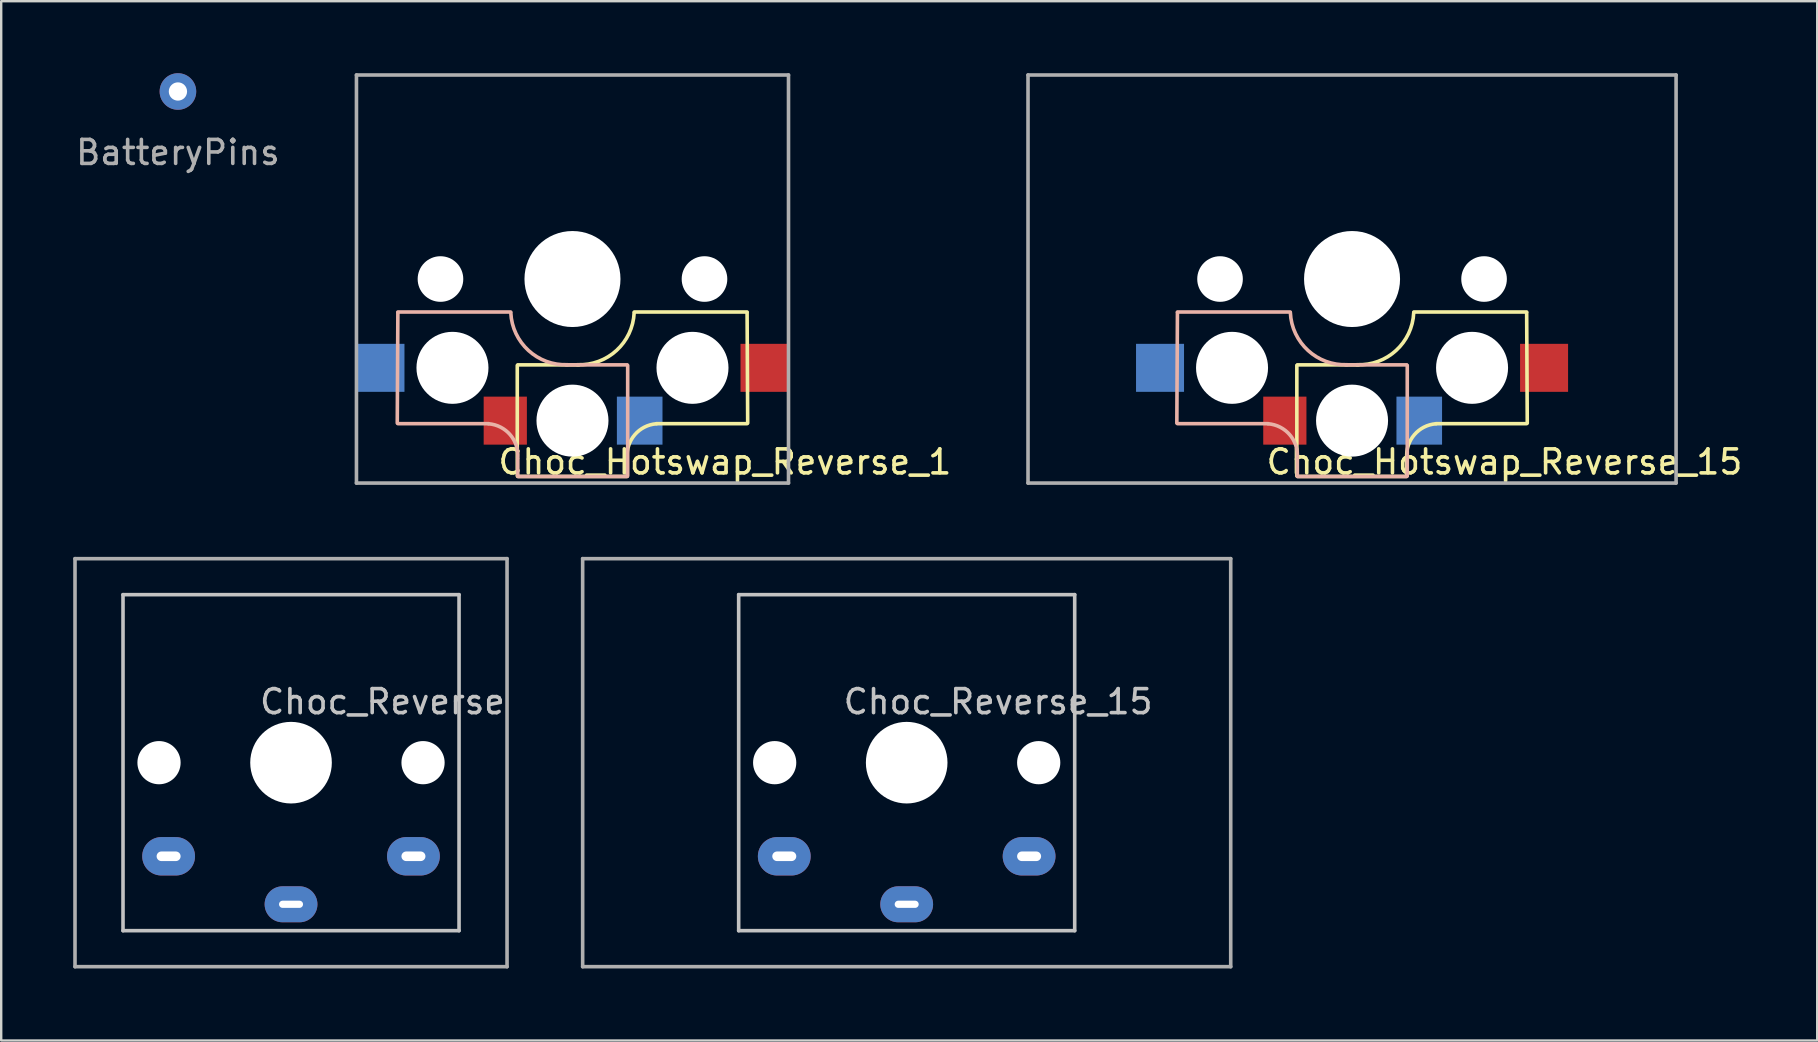
<source format=kicad_pcb>
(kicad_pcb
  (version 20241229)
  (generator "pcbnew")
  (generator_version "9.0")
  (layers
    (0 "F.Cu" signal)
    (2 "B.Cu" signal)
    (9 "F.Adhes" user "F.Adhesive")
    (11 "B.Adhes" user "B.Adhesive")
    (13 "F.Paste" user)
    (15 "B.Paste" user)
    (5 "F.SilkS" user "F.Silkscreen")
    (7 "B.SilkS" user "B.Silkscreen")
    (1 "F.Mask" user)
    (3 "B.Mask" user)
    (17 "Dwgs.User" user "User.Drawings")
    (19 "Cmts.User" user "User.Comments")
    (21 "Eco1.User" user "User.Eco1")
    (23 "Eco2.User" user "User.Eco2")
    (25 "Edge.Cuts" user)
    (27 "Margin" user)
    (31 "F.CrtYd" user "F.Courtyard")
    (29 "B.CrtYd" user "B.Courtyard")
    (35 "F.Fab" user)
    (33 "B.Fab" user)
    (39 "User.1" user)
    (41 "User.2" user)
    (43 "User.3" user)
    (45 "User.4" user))
  (footprint "BatteryPins"
    (layer "F.Cu")
    (at 4.363 0.762)
    (property "Reference" "BatteryPins" (at 0 2.54 0) (layer "F.Fab") (effects (font (size 1 1) (thickness 0.15))))
    (attr through_hole)
    (pad "1" thru_hole circle (at 0 0) (size 1.524 1.524) (drill 0.762) (layers "*.Cu" "*.Mask")))
  (footprint "Choc_Reverse"
    (layer "F.Cu")
    (at 9.075 28.725)
    (property "Reference" "Choc_Reverse" (at 3.81 -2.54 180) (layer "Dwgs.User") (effects (font (size 1 1) (thickness 0.15))))
    (attr through_hole)
    (fp_line (start -7 -7) (end 7 -7) (stroke (width 0.15) (type solid)) (layer "Dwgs.User"))
    (fp_line (start -7 7) (end -7 -7) (stroke (width 0.15) (type solid)) (layer "Dwgs.User"))
    (fp_line (start -7 7) (end 7 7) (stroke (width 0.15) (type solid)) (layer "Dwgs.User"))
    (fp_line (start 7 7) (end 7 -7) (stroke (width 0.15) (type solid)) (layer "Dwgs.User"))
    (fp_line (start -9 -8.5) (end -9 8.5) (stroke (width 0.15) (type solid)) (layer "F.Fab"))
    (fp_line (start -9 8.5) (end 9 8.5) (stroke (width 0.15) (type solid)) (layer "F.Fab"))
    (fp_line (start 9 -8.5) (end -9 -8.5) (stroke (width 0.15) (type solid)) (layer "F.Fab"))
    (fp_line (start 9 8.5) (end 9 -8.5) (stroke (width 0.15) (type solid)) (layer "F.Fab"))
    (pad "" np_thru_hole circle (at -5.5 0 90) (size 1.8 1.8) (drill 1.8) (layers "*.Cu" "*.Mask"))
    (pad "" np_thru_hole circle (at 0 0 90) (size 3.4 3.4) (drill 3.4) (layers "*.Cu" "*.Mask"))
    (pad "" np_thru_hole circle (at 5.5 0 90) (size 1.8 1.8) (drill 1.8) (layers "*.Cu" "*.Mask"))
    (pad "1" thru_hole oval (at -5.1 3.9) (size 2.2 1.6) (drill oval 1 0.4) (layers "*.Cu" "*.Mask"))
    (pad "1" thru_hole oval (at 5.1 3.9) (size 2.2 1.6) (drill oval 1 0.4) (layers "*.Cu" "*.Mask"))
    (pad "2" thru_hole oval (at 0 5.9) (size 2.2 1.5) (drill oval 1 0.3) (layers "*.Cu" "*.Mask")))
  (footprint "Choc_Hotswap_Reverse_1"
    (layer "F.Cu")
    (at 20.801 8.575)
    (property "Reference" "Choc_Hotswap_Reverse_1" (at 6.35 7.62 0) (layer "F.SilkS") (effects (font (size 1 1) (thickness 0.15))))
    (attr through_hole)
    (fp_line (start -2.3 3.6) (end -2.3 8.2) (stroke (width 0.15) (type solid)) (layer "F.SilkS"))
    (fp_line (start -2.275 3.575) (end 0.275 3.575) (stroke (width 0.15) (type solid)) (layer "F.SilkS"))
    (fp_line (start -2.275 8.225) (end 2.275 8.225) (stroke (width 0.15) (type solid)) (layer "F.SilkS"))
    (fp_line (start 2.28 7.5) (end 2.28 8.2) (stroke (width 0.15) (type solid)) (layer "F.SilkS"))
    (fp_line (start 2.575 1.375) (end 7.275 1.375) (stroke (width 0.15) (type solid)) (layer "F.SilkS"))
    (fp_line (start 3.5 6.025) (end 7.275 6.025) (stroke (width 0.15) (type solid)) (layer "F.SilkS"))
    (fp_line (start 7.275 1.4) (end 7.3 6) (stroke (width 0.15) (type solid)) (layer "F.SilkS"))
    (fp_arc (start 2.28 7.45) (mid 2.595908 6.48733) (end 3.5 6.03) (stroke (width 0.15) (type solid)) (layer "F.SilkS"))
    (fp_arc (start 2.57 1.4) (mid 1.834422 2.975843) (end 0.2 3.57) (stroke (width 0.15) (type solid)) (layer "F.SilkS"))
    (fp_line (start -7.275 1.4) (end -7.3 6) (stroke (width 0.15) (type solid)) (layer "B.SilkS"))
    (fp_line (start -3.5 6.025) (end -7.275 6.025) (stroke (width 0.15) (type solid)) (layer "B.SilkS"))
    (fp_line (start -2.575 1.375) (end -7.275 1.375) (stroke (width 0.15) (type solid)) (layer "B.SilkS"))
    (fp_line (start -2.28 7.5) (end -2.28 8.2) (stroke (width 0.15) (type solid)) (layer "B.SilkS"))
    (fp_line (start 2.275 3.575) (end -0.275 3.575) (stroke (width 0.15) (type solid)) (layer "B.SilkS"))
    (fp_line (start 2.275 8.225) (end -2.275 8.225) (stroke (width 0.15) (type solid)) (layer "B.SilkS"))
    (fp_line (start 2.3 3.6) (end 2.3 8.2) (stroke (width 0.15) (type solid)) (layer "B.SilkS"))
    (fp_arc (start -3.5 6.03) (mid -2.595908 6.48733) (end -2.28 7.45) (stroke (width 0.15) (type solid)) (layer "B.SilkS"))
    (fp_arc (start -0.2 3.57) (mid -1.834422 2.975843) (end -2.57 1.4) (stroke (width 0.15) (type solid)) (layer "B.SilkS"))
    (fp_line (start -9 -8.5) (end -9 8.5) (stroke (width 0.15) (type solid)) (layer "F.Fab"))
    (fp_line (start -9 8.5) (end 9 8.5) (stroke (width 0.15) (type solid)) (layer "F.Fab"))
    (fp_line (start 9 -8.5) (end -9 -8.5) (stroke (width 0.15) (type solid)) (layer "F.Fab"))
    (fp_line (start 9 8.5) (end 9 -8.5) (stroke (width 0.15) (type solid)) (layer "F.Fab"))
    (pad "" np_thru_hole circle (at -5.5 0 90) (size 1.9 1.9) (drill 1.9) (layers "*.Cu" "*.Mask"))
    (pad "" np_thru_hole circle (at -5 3.7 90) (size 3 3) (drill 3) (layers "*.Cu" "*.Mask"))
    (pad "" np_thru_hole circle (at 0 0 90) (size 4 4) (drill 4) (layers "*.Cu" "*.Mask"))
    (pad "" np_thru_hole circle (at 0 5.9 90) (size 3 3) (drill 3) (layers "*.Cu" "*.Mask"))
    (pad "" np_thru_hole circle (at 5 3.7 270) (size 3 3) (drill 3) (layers "*.Cu" "*.Mask"))
    (pad "" np_thru_hole circle (at 5.5 0 90) (size 1.9 1.9) (drill 1.9) (layers "*.Cu" "*.Mask"))
    (pad "1" smd rect (at -8 3.7 180) (size 2 2) (layers "B.Cu" "B.Mask" "B.Paste"))
    (pad "1" smd rect (at 8 3.7 180) (size 2 2) (layers "F.Cu" "F.Mask" "F.Paste"))
    (pad "2" smd rect (at -2.8 5.9 180) (size 1.8 2) (layers "F.Cu" "F.Mask" "F.Paste"))
    (pad "2" smd rect (at 2.8 5.9 180) (size 1.9 2) (layers "B.Cu" "B.Mask" "B.Paste")))
  (footprint "Choc_Hotswap_Reverse_15"
    (layer "F.Cu")
    (at 53.28 8.575)
    (property "Reference" "Choc_Hotswap_Reverse_15" (at 6.35 7.62 0) (layer "F.SilkS") (effects (font (size 1 1) (thickness 0.15))))
    (attr through_hole)
    (fp_line (start -2.3 3.6) (end -2.3 8.2) (stroke (width 0.15) (type solid)) (layer "F.SilkS"))
    (fp_line (start -2.275 3.575) (end 0.275 3.575) (stroke (width 0.15) (type solid)) (layer "F.SilkS"))
    (fp_line (start -2.275 8.225) (end 2.275 8.225) (stroke (width 0.15) (type solid)) (layer "F.SilkS"))
    (fp_line (start 2.28 7.5) (end 2.28 8.2) (stroke (width 0.15) (type solid)) (layer "F.SilkS"))
    (fp_line (start 2.575 1.375) (end 7.275 1.375) (stroke (width 0.15) (type solid)) (layer "F.SilkS"))
    (fp_line (start 3.5 6.025) (end 7.275 6.025) (stroke (width 0.15) (type solid)) (layer "F.SilkS"))
    (fp_line (start 7.275 1.4) (end 7.3 6) (stroke (width 0.15) (type solid)) (layer "F.SilkS"))
    (fp_arc (start 2.28 7.45) (mid 2.595908 6.48733) (end 3.5 6.03) (stroke (width 0.15) (type solid)) (layer "F.SilkS"))
    (fp_arc (start 2.57 1.4) (mid 1.834422 2.975843) (end 0.2 3.57) (stroke (width 0.15) (type solid)) (layer "F.SilkS"))
    (fp_line (start -7.275 1.4) (end -7.3 6) (stroke (width 0.15) (type solid)) (layer "B.SilkS"))
    (fp_line (start -3.5 6.025) (end -7.275 6.025) (stroke (width 0.15) (type solid)) (layer "B.SilkS"))
    (fp_line (start -2.575 1.375) (end -7.275 1.375) (stroke (width 0.15) (type solid)) (layer "B.SilkS"))
    (fp_line (start -2.28 7.5) (end -2.28 8.2) (stroke (width 0.15) (type solid)) (layer "B.SilkS"))
    (fp_line (start 2.275 3.575) (end -0.275 3.575) (stroke (width 0.15) (type solid)) (layer "B.SilkS"))
    (fp_line (start 2.275 8.225) (end -2.275 8.225) (stroke (width 0.15) (type solid)) (layer "B.SilkS"))
    (fp_line (start 2.3 3.6) (end 2.3 8.2) (stroke (width 0.15) (type solid)) (layer "B.SilkS"))
    (fp_arc (start -3.5 6.03) (mid -2.595908 6.48733) (end -2.28 7.45) (stroke (width 0.15) (type solid)) (layer "B.SilkS"))
    (fp_arc (start -0.2 3.57) (mid -1.834422 2.975843) (end -2.57 1.4) (stroke (width 0.15) (type solid)) (layer "B.SilkS"))
    (fp_line (start -13.5 -8.5) (end -13.5 8.5) (stroke (width 0.15) (type solid)) (layer "F.Fab"))
    (fp_line (start -13.5 8.5) (end 13.5 8.5) (stroke (width 0.15) (type solid)) (layer "F.Fab"))
    (fp_line (start 13.5 -8.5) (end -13.5 -8.5) (stroke (width 0.15) (type solid)) (layer "F.Fab"))
    (fp_line (start 13.5 8.5) (end 13.5 -8.5) (stroke (width 0.15) (type solid)) (layer "F.Fab"))
    (pad "" np_thru_hole circle (at -5.5 0 90) (size 1.9 1.9) (drill 1.9) (layers "*.Cu" "*.Mask"))
    (pad "" np_thru_hole circle (at -5 3.7 90) (size 3 3) (drill 3) (layers "*.Cu" "*.Mask"))
    (pad "" np_thru_hole circle (at 0 0 90) (size 4 4) (drill 4) (layers "*.Cu" "*.Mask"))
    (pad "" np_thru_hole circle (at 0 5.9 90) (size 3 3) (drill 3) (layers "*.Cu" "*.Mask"))
    (pad "" np_thru_hole circle (at 5 3.7 270) (size 3 3) (drill 3) (layers "*.Cu" "*.Mask"))
    (pad "" np_thru_hole circle (at 5.5 0 90) (size 1.9 1.9) (drill 1.9) (layers "*.Cu" "*.Mask"))
    (pad "1" smd rect (at -8 3.7 180) (size 2 2) (layers "B.Cu" "B.Mask" "B.Paste"))
    (pad "1" smd rect (at 8 3.7 180) (size 2 2) (layers "F.Cu" "F.Mask" "F.Paste"))
    (pad "2" smd rect (at -2.8 5.9 180) (size 1.8 2) (layers "F.Cu" "F.Mask" "F.Paste"))
    (pad "2" smd rect (at 2.8 5.9 180) (size 1.9 2) (layers "B.Cu" "B.Mask" "B.Paste")))
  (footprint "Choc_Reverse_15"
    (layer "F.Cu")
    (at 34.725 28.725)
    (property "Reference" "Choc_Reverse_15" (at 3.81 -2.54 180) (layer "Dwgs.User") (effects (font (size 1 1) (thickness 0.15))))
    (attr through_hole)
    (fp_line (start -7 -7) (end 7 -7) (stroke (width 0.15) (type solid)) (layer "Dwgs.User"))
    (fp_line (start -7 7) (end -7 -7) (stroke (width 0.15) (type solid)) (layer "Dwgs.User"))
    (fp_line (start -7 7) (end 7 7) (stroke (width 0.15) (type solid)) (layer "Dwgs.User"))
    (fp_line (start 7 7) (end 7 -7) (stroke (width 0.15) (type solid)) (layer "Dwgs.User"))
    (fp_line (start -13.5 -8.5) (end -13.5 8.5) (stroke (width 0.15) (type solid)) (layer "F.Fab"))
    (fp_line (start -13.5 8.5) (end 13.5 8.5) (stroke (width 0.15) (type solid)) (layer "F.Fab"))
    (fp_line (start 13.5 -8.5) (end -13.5 -8.5) (stroke (width 0.15) (type solid)) (layer "F.Fab"))
    (fp_line (start 13.5 8.5) (end 13.5 -8.5) (stroke (width 0.15) (type solid)) (layer "F.Fab"))
    (pad "" np_thru_hole circle (at -5.5 0 90) (size 1.8 1.8) (drill 1.8) (layers "*.Cu" "*.Mask"))
    (pad "" np_thru_hole circle (at 0 0 90) (size 3.4 3.4) (drill 3.4) (layers "*.Cu" "*.Mask"))
    (pad "" np_thru_hole circle (at 5.5 0 90) (size 1.8 1.8) (drill 1.8) (layers "*.Cu" "*.Mask"))
    (pad "1" thru_hole oval (at -5.1 3.9) (size 2.2 1.6) (drill oval 1 0.4) (layers "*.Cu" "*.Mask"))
    (pad "1" thru_hole oval (at 5.1 3.9) (size 2.2 1.6) (drill oval 1 0.4) (layers "*.Cu" "*.Mask"))
    (pad "2" thru_hole oval (at 0 5.9) (size 2.2 1.5) (drill oval 1 0.3) (layers "*.Cu" "*.Mask")))
  (gr_rect
    (start -3 -3)
    (end 72.66 40.3)
    (stroke (width 0.1) (type default))
    (fill no)
    (layer "Edge.Cuts")))
</source>
